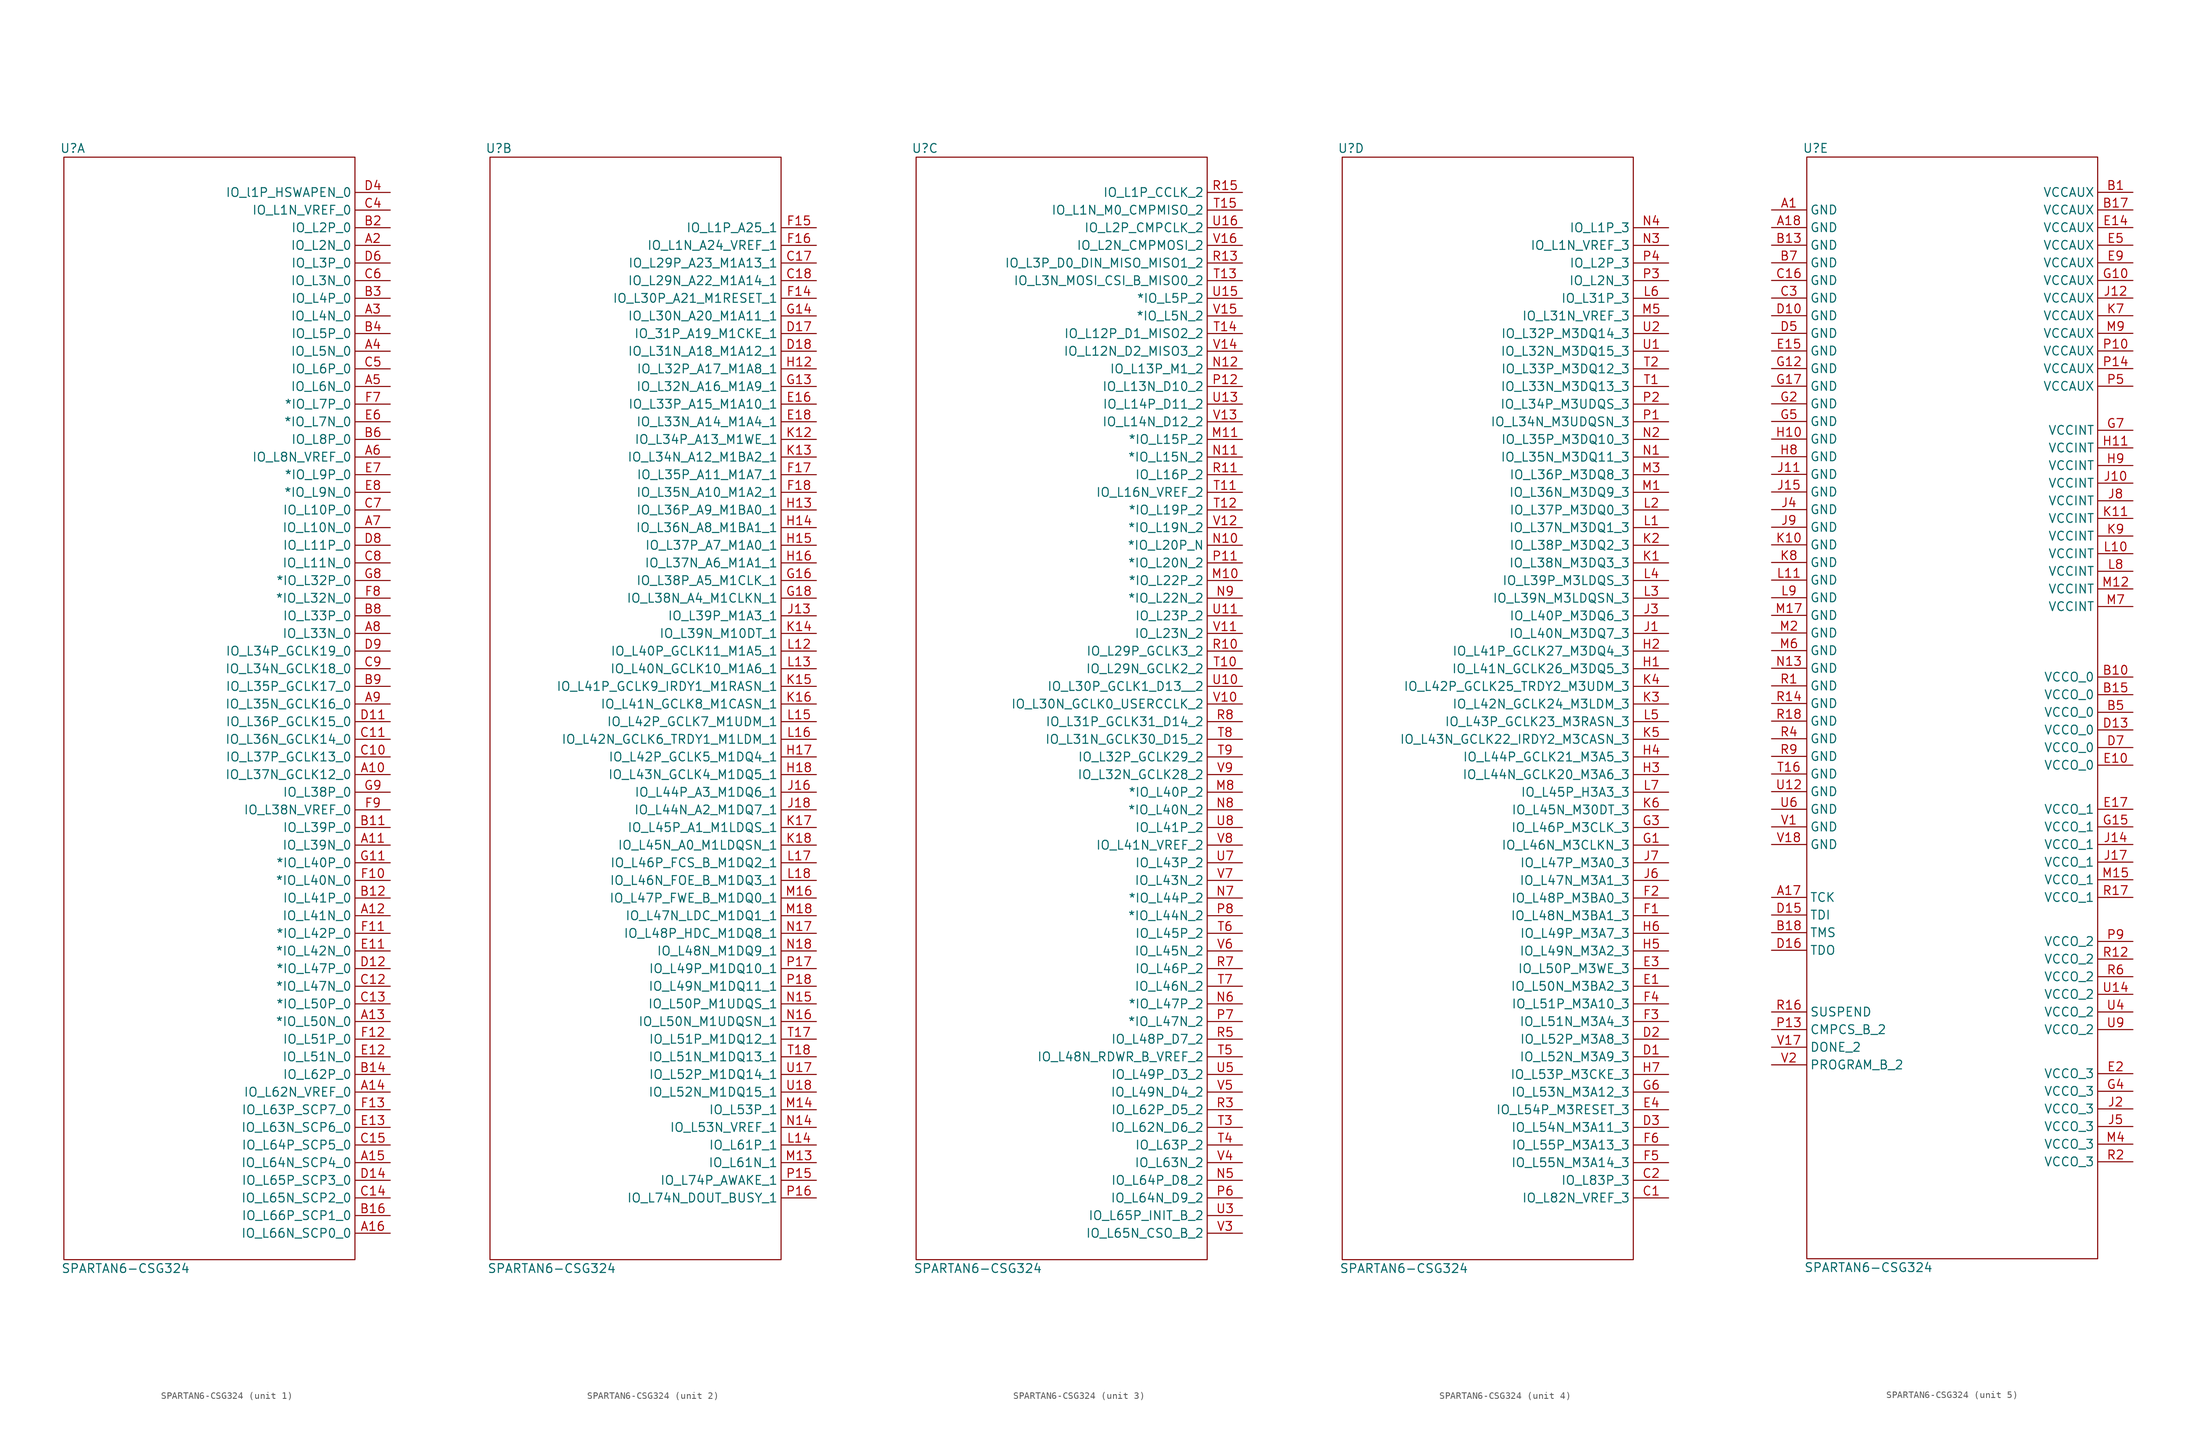
<source format=kicad_sym>
(kicad_symbol_lib
  (version 20211014)
  (generator kicad_symbol_editor)
  (symbol "SPARTAN6-CSG324"
    (property "Reference" "U"
      (at -20.32 80.01 0)
      (effects (font (size 1.27 1.27))))
    (property "Value" "SPARTAN6-CSG324"
      (at -12.7 -81.28 0)
      (effects (font (size 1.27 1.27))))
    (property "ki_locked" ""
      (at 0 0 0)
      (effects (font (size 1.27 1.27))))
    (symbol "SPARTAN6-CSG324_1_1"
      (rectangle (start 20.32 78.74) (end -21.59 -80.01) (stroke (width 0) (type default) (color 0 0 0 0)) (fill (type none)))
      (pin bidirectional line (at 25.4 -10.16 180) (length 5) (name "IO_L37N_GCLK12_0" (effects (font (size 1.27 1.27)))) (number "A10" (effects (font (size 1.27 1.27)))))
      (pin bidirectional line (at 25.4 -20.32 180) (length 5) (name "IO_L39N_0" (effects (font (size 1.27 1.27)))) (number "A11" (effects (font (size 1.27 1.27)))))
      (pin bidirectional line (at 25.4 -30.48 180) (length 5) (name "IO_L41N_0" (effects (font (size 1.27 1.27)))) (number "A12" (effects (font (size 1.27 1.27)))))
      (pin bidirectional line (at 25.4 -45.72 180) (length 5) (name "*IO_L50N_0" (effects (font (size 1.27 1.27)))) (number "A13" (effects (font (size 1.27 1.27)))))
      (pin bidirectional line (at 25.4 -55.88 180) (length 5) (name "IO_L62N_VREF_0" (effects (font (size 1.27 1.27)))) (number "A14" (effects (font (size 1.27 1.27)))))
      (pin bidirectional line (at 25.4 -66.04 180) (length 5) (name "IO_L64N_SCP4_0" (effects (font (size 1.27 1.27)))) (number "A15" (effects (font (size 1.27 1.27)))))
      (pin bidirectional line (at 25.4 -76.2 180) (length 5) (name "IO_L66N_SCP0_0" (effects (font (size 1.27 1.27)))) (number "A16" (effects (font (size 1.27 1.27)))))
      (pin bidirectional line (at 25.4 66.04 180) (length 5) (name "IO_L2N_0" (effects (font (size 1.27 1.27)))) (number "A2" (effects (font (size 1.27 1.27)))))
      (pin bidirectional line (at 25.4 55.88 180) (length 5) (name "IO_L4N_0" (effects (font (size 1.27 1.27)))) (number "A3" (effects (font (size 1.27 1.27)))))
      (pin bidirectional line (at 25.4 50.8 180) (length 5) (name "IO_L5N_0" (effects (font (size 1.27 1.27)))) (number "A4" (effects (font (size 1.27 1.27)))))
      (pin bidirectional line (at 25.4 45.72 180) (length 5) (name "IO_L6N_0" (effects (font (size 1.27 1.27)))) (number "A5" (effects (font (size 1.27 1.27)))))
      (pin bidirectional line (at 25.4 35.56 180) (length 5) (name "IO_L8N_VREF_0" (effects (font (size 1.27 1.27)))) (number "A6" (effects (font (size 1.27 1.27)))))
      (pin bidirectional line (at 25.4 25.4 180) (length 5) (name "IO_L10N_0" (effects (font (size 1.27 1.27)))) (number "A7" (effects (font (size 1.27 1.27)))))
      (pin bidirectional line (at 25.4 10.16 180) (length 5) (name "IO_L33N_0" (effects (font (size 1.27 1.27)))) (number "A8" (effects (font (size 1.27 1.27)))))
      (pin bidirectional line (at 25.4 0 180) (length 5) (name "IO_L35N_GCLK16_0" (effects (font (size 1.27 1.27)))) (number "A9" (effects (font (size 1.27 1.27)))))
      (pin bidirectional line (at 25.4 -17.78 180) (length 5) (name "IO_L39P_0" (effects (font (size 1.27 1.27)))) (number "B11" (effects (font (size 1.27 1.27)))))
      (pin bidirectional line (at 25.4 -27.94 180) (length 5) (name "IO_L41P_0" (effects (font (size 1.27 1.27)))) (number "B12" (effects (font (size 1.27 1.27)))))
      (pin bidirectional line (at 25.4 -53.34 180) (length 5) (name "IO_L62P_0" (effects (font (size 1.27 1.27)))) (number "B14" (effects (font (size 1.27 1.27)))))
      (pin bidirectional line (at 25.4 -73.66 180) (length 5) (name "IO_L66P_SCP1_0" (effects (font (size 1.27 1.27)))) (number "B16" (effects (font (size 1.27 1.27)))))
      (pin bidirectional line (at 25.4 68.58 180) (length 5) (name "IO_L2P_0" (effects (font (size 1.27 1.27)))) (number "B2" (effects (font (size 1.27 1.27)))))
      (pin bidirectional line (at 25.4 58.42 180) (length 5) (name "IO_L4P_0" (effects (font (size 1.27 1.27)))) (number "B3" (effects (font (size 1.27 1.27)))))
      (pin bidirectional line (at 25.4 53.34 180) (length 5) (name "IO_L5P_0" (effects (font (size 1.27 1.27)))) (number "B4" (effects (font (size 1.27 1.27)))))
      (pin bidirectional line (at 25.4 38.1 180) (length 5) (name "IO_L8P_0" (effects (font (size 1.27 1.27)))) (number "B6" (effects (font (size 1.27 1.27)))))
      (pin bidirectional line (at 25.4 12.7 180) (length 5) (name "IO_L33P_0" (effects (font (size 1.27 1.27)))) (number "B8" (effects (font (size 1.27 1.27)))))
      (pin bidirectional line (at 25.4 2.54 180) (length 5) (name "IO_L35P_GCLK17_0" (effects (font (size 1.27 1.27)))) (number "B9" (effects (font (size 1.27 1.27)))))
      (pin bidirectional line (at 25.4 -7.62 180) (length 5) (name "IO_L37P_GCLK13_0" (effects (font (size 1.27 1.27)))) (number "C10" (effects (font (size 1.27 1.27)))))
      (pin bidirectional line (at 25.4 -5.08 180) (length 5) (name "IO_L36N_GCLK14_0" (effects (font (size 1.27 1.27)))) (number "C11" (effects (font (size 1.27 1.27)))))
      (pin bidirectional line (at 25.4 -40.64 180) (length 5) (name "*IO_L47N_0" (effects (font (size 1.27 1.27)))) (number "C12" (effects (font (size 1.27 1.27)))))
      (pin bidirectional line (at 25.4 -43.18 180) (length 5) (name "*IO_L50P_0" (effects (font (size 1.27 1.27)))) (number "C13" (effects (font (size 1.27 1.27)))))
      (pin bidirectional line (at 25.4 -71.12 180) (length 5) (name "IO_L65N_SCP2_0" (effects (font (size 1.27 1.27)))) (number "C14" (effects (font (size 1.27 1.27)))))
      (pin bidirectional line (at 25.4 -63.5 180) (length 5) (name "IO_L64P_SCP5_0" (effects (font (size 1.27 1.27)))) (number "C15" (effects (font (size 1.27 1.27)))))
      (pin bidirectional line (at 25.4 71.12 180) (length 5) (name "IO_L1N_VREF_0" (effects (font (size 1.27 1.27)))) (number "C4" (effects (font (size 1.27 1.27)))))
      (pin bidirectional line (at 25.4 48.26 180) (length 5) (name "IO_L6P_0" (effects (font (size 1.27 1.27)))) (number "C5" (effects (font (size 1.27 1.27)))))
      (pin bidirectional line (at 25.4 60.96 180) (length 5) (name "IO_L3N_0" (effects (font (size 1.27 1.27)))) (number "C6" (effects (font (size 1.27 1.27)))))
      (pin bidirectional line (at 25.4 27.94 180) (length 5) (name "IO_L10P_0" (effects (font (size 1.27 1.27)))) (number "C7" (effects (font (size 1.27 1.27)))))
      (pin bidirectional line (at 25.4 20.32 180) (length 5) (name "IO_L11N_0" (effects (font (size 1.27 1.27)))) (number "C8" (effects (font (size 1.27 1.27)))))
      (pin bidirectional line (at 25.4 5.08 180) (length 5) (name "IO_L34N_GCLK18_0" (effects (font (size 1.27 1.27)))) (number "C9" (effects (font (size 1.27 1.27)))))
      (pin bidirectional line (at 25.4 -2.54 180) (length 5) (name "IO_L36P_GCLK15_0" (effects (font (size 1.27 1.27)))) (number "D11" (effects (font (size 1.27 1.27)))))
      (pin bidirectional line (at 25.4 -38.1 180) (length 5) (name "*IO_L47P_0" (effects (font (size 1.27 1.27)))) (number "D12" (effects (font (size 1.27 1.27)))))
      (pin bidirectional line (at 25.4 -68.58 180) (length 5) (name "IO_L65P_SCP3_0" (effects (font (size 1.27 1.27)))) (number "D14" (effects (font (size 1.27 1.27)))))
      (pin bidirectional line (at 25.4 73.66 180) (length 5) (name "IO_l1P_HSWAPEN_0" (effects (font (size 1.27 1.27)))) (number "D4" (effects (font (size 1.27 1.27)))))
      (pin bidirectional line (at 25.4 63.5 180) (length 5) (name "IO_L3P_0" (effects (font (size 1.27 1.27)))) (number "D6" (effects (font (size 1.27 1.27)))))
      (pin bidirectional line (at 25.4 22.86 180) (length 5) (name "IO_L11P_0" (effects (font (size 1.27 1.27)))) (number "D8" (effects (font (size 1.27 1.27)))))
      (pin bidirectional line (at 25.4 7.62 180) (length 5) (name "IO_L34P_GCLK19_0" (effects (font (size 1.27 1.27)))) (number "D9" (effects (font (size 1.27 1.27)))))
      (pin bidirectional line (at 25.4 -35.56 180) (length 5) (name "*IO_L42N_0" (effects (font (size 1.27 1.27)))) (number "E11" (effects (font (size 1.27 1.27)))))
      (pin bidirectional line (at 25.4 -50.8 180) (length 5) (name "IO_L51N_0" (effects (font (size 1.27 1.27)))) (number "E12" (effects (font (size 1.27 1.27)))))
      (pin bidirectional line (at 25.4 -60.96 180) (length 5) (name "IO_L63N_SCP6_0" (effects (font (size 1.27 1.27)))) (number "E13" (effects (font (size 1.27 1.27)))))
      (pin bidirectional line (at 25.4 40.64 180) (length 5) (name "*IO_L7N_0" (effects (font (size 1.27 1.27)))) (number "E6" (effects (font (size 1.27 1.27)))))
      (pin bidirectional line (at 25.4 33.02 180) (length 5) (name "*IO_L9P_0" (effects (font (size 1.27 1.27)))) (number "E7" (effects (font (size 1.27 1.27)))))
      (pin bidirectional line (at 25.4 30.48 180) (length 5) (name "*IO_L9N_0" (effects (font (size 1.27 1.27)))) (number "E8" (effects (font (size 1.27 1.27)))))
      (pin bidirectional line (at 25.4 -25.4 180) (length 5) (name "*IO_L40N_0" (effects (font (size 1.27 1.27)))) (number "F10" (effects (font (size 1.27 1.27)))))
      (pin bidirectional line (at 25.4 -33.02 180) (length 5) (name "*IO_L42P_0" (effects (font (size 1.27 1.27)))) (number "F11" (effects (font (size 1.27 1.27)))))
      (pin bidirectional line (at 25.4 -48.26 180) (length 5) (name "IO_L51P_0" (effects (font (size 1.27 1.27)))) (number "F12" (effects (font (size 1.27 1.27)))))
      (pin bidirectional line (at 25.4 -58.42 180) (length 5) (name "IO_L63P_SCP7_0" (effects (font (size 1.27 1.27)))) (number "F13" (effects (font (size 1.27 1.27)))))
      (pin bidirectional line (at 25.4 43.18 180) (length 5) (name "*IO_L7P_0" (effects (font (size 1.27 1.27)))) (number "F7" (effects (font (size 1.27 1.27)))))
      (pin bidirectional line (at 25.4 15.24 180) (length 5) (name "*IO_L32N_0" (effects (font (size 1.27 1.27)))) (number "F8" (effects (font (size 1.27 1.27)))))
      (pin bidirectional line (at 25.4 -15.24 180) (length 5) (name "IO_L38N_VREF_0" (effects (font (size 1.27 1.27)))) (number "F9" (effects (font (size 1.27 1.27)))))
      (pin bidirectional line (at 25.4 -22.86 180) (length 5) (name "*IO_L40P_0" (effects (font (size 1.27 1.27)))) (number "G11" (effects (font (size 1.27 1.27)))))
      (pin bidirectional line (at 25.4 17.78 180) (length 5) (name "*IO_L32P_0" (effects (font (size 1.27 1.27)))) (number "G8" (effects (font (size 1.27 1.27)))))
      (pin bidirectional line (at 25.4 -12.7 180) (length 5) (name "IO_L38P_0" (effects (font (size 1.27 1.27)))) (number "G9" (effects (font (size 1.27 1.27))))))
    (symbol "SPARTAN6-CSG324_2_1"
      (rectangle (start 20.32 78.74) (end -21.59 -80.01) (stroke (width 0) (type default) (color 0 0 0 0)) (fill (type none)))
      (pin bidirectional line (at 25.4 63.5 180) (length 5) (name "IO_L29P_A23_M1A13_1" (effects (font (size 1.27 1.27)))) (number "C17" (effects (font (size 1.27 1.27)))))
      (pin bidirectional line (at 25.4 60.96 180) (length 5) (name "IO_L29N_A22_M1A14_1" (effects (font (size 1.27 1.27)))) (number "C18" (effects (font (size 1.27 1.27)))))
      (pin bidirectional line (at 25.4 53.34 180) (length 5) (name "IO_31P_A19_M1CKE_1" (effects (font (size 1.27 1.27)))) (number "D17" (effects (font (size 1.27 1.27)))))
      (pin bidirectional line (at 25.4 50.8 180) (length 5) (name "IO_L31N_A18_M1A12_1" (effects (font (size 1.27 1.27)))) (number "D18" (effects (font (size 1.27 1.27)))))
      (pin bidirectional line (at 25.4 43.18 180) (length 5) (name "IO_L33P_A15_M1A10_1" (effects (font (size 1.27 1.27)))) (number "E16" (effects (font (size 1.27 1.27)))))
      (pin bidirectional line (at 25.4 40.64 180) (length 5) (name "IO_L33N_A14_M1A4_1" (effects (font (size 1.27 1.27)))) (number "E18" (effects (font (size 1.27 1.27)))))
      (pin bidirectional line (at 25.4 58.42 180) (length 5) (name "IO_L30P_A21_M1RESET_1" (effects (font (size 1.27 1.27)))) (number "F14" (effects (font (size 1.27 1.27)))))
      (pin bidirectional line (at 25.4 68.58 180) (length 5) (name "IO_L1P_A25_1" (effects (font (size 1.27 1.27)))) (number "F15" (effects (font (size 1.27 1.27)))))
      (pin bidirectional line (at 25.4 66.04 180) (length 5) (name "IO_L1N_A24_VREF_1" (effects (font (size 1.27 1.27)))) (number "F16" (effects (font (size 1.27 1.27)))))
      (pin bidirectional line (at 25.4 33.02 180) (length 5) (name "IO_L35P_A11_M1A7_1" (effects (font (size 1.27 1.27)))) (number "F17" (effects (font (size 1.27 1.27)))))
      (pin bidirectional line (at 25.4 30.48 180) (length 5) (name "IO_L35N_A10_M1A2_1" (effects (font (size 1.27 1.27)))) (number "F18" (effects (font (size 1.27 1.27)))))
      (pin bidirectional line (at 25.4 45.72 180) (length 5) (name "IO_L32N_A16_M1A9_1" (effects (font (size 1.27 1.27)))) (number "G13" (effects (font (size 1.27 1.27)))))
      (pin bidirectional line (at 25.4 55.88 180) (length 5) (name "IO_L30N_A20_M1A11_1" (effects (font (size 1.27 1.27)))) (number "G14" (effects (font (size 1.27 1.27)))))
      (pin bidirectional line (at 25.4 17.78 180) (length 5) (name "IO_L38P_A5_M1CLK_1" (effects (font (size 1.27 1.27)))) (number "G16" (effects (font (size 1.27 1.27)))))
      (pin bidirectional line (at 25.4 15.24 180) (length 5) (name "IO_L38N_A4_M1CLKN_1" (effects (font (size 1.27 1.27)))) (number "G18" (effects (font (size 1.27 1.27)))))
      (pin bidirectional line (at 25.4 48.26 180) (length 5) (name "IO_L32P_A17_M1A8_1" (effects (font (size 1.27 1.27)))) (number "H12" (effects (font (size 1.27 1.27)))))
      (pin bidirectional line (at 25.4 27.94 180) (length 5) (name "IO_L36P_A9_M1BA0_1" (effects (font (size 1.27 1.27)))) (number "H13" (effects (font (size 1.27 1.27)))))
      (pin bidirectional line (at 25.4 25.4 180) (length 5) (name "IO_L36N_A8_M1BA1_1" (effects (font (size 1.27 1.27)))) (number "H14" (effects (font (size 1.27 1.27)))))
      (pin bidirectional line (at 25.4 22.86 180) (length 5) (name "IO_L37P_A7_M1A0_1" (effects (font (size 1.27 1.27)))) (number "H15" (effects (font (size 1.27 1.27)))))
      (pin bidirectional line (at 25.4 20.32 180) (length 5) (name "IO_L37N_A6_M1A1_1" (effects (font (size 1.27 1.27)))) (number "H16" (effects (font (size 1.27 1.27)))))
      (pin bidirectional line (at 25.4 -7.62 180) (length 5) (name "IO_L42P_GCLK5_M1DQ4_1" (effects (font (size 1.27 1.27)))) (number "H17" (effects (font (size 1.27 1.27)))))
      (pin bidirectional line (at 25.4 -10.16 180) (length 5) (name "IO_L43N_GCLK4_M1DQ5_1" (effects (font (size 1.27 1.27)))) (number "H18" (effects (font (size 1.27 1.27)))))
      (pin bidirectional line (at 25.4 12.7 180) (length 5) (name "IO_L39P_M1A3_1" (effects (font (size 1.27 1.27)))) (number "J13" (effects (font (size 1.27 1.27)))))
      (pin bidirectional line (at 25.4 -12.7 180) (length 5) (name "IO_L44P_A3_M1DQ6_1" (effects (font (size 1.27 1.27)))) (number "J16" (effects (font (size 1.27 1.27)))))
      (pin bidirectional line (at 25.4 -15.24 180) (length 5) (name "IO_L44N_A2_M1DQ7_1" (effects (font (size 1.27 1.27)))) (number "J18" (effects (font (size 1.27 1.27)))))
      (pin bidirectional line (at 25.4 38.1 180) (length 5) (name "IO_L34P_A13_M1WE_1" (effects (font (size 1.27 1.27)))) (number "K12" (effects (font (size 1.27 1.27)))))
      (pin bidirectional line (at 25.4 35.56 180) (length 5) (name "IO_L34N_A12_M1BA2_1" (effects (font (size 1.27 1.27)))) (number "K13" (effects (font (size 1.27 1.27)))))
      (pin bidirectional line (at 25.4 10.16 180) (length 5) (name "IO_L39N_M10DT_1" (effects (font (size 1.27 1.27)))) (number "K14" (effects (font (size 1.27 1.27)))))
      (pin bidirectional line (at 25.4 2.54 180) (length 5) (name "IO_L41P_GCLK9_IRDY1_M1RASN_1" (effects (font (size 1.27 1.27)))) (number "K15" (effects (font (size 1.27 1.27)))))
      (pin bidirectional line (at 25.4 0 180) (length 5) (name "IO_L41N_GCLK8_M1CASN_1" (effects (font (size 1.27 1.27)))) (number "K16" (effects (font (size 1.27 1.27)))))
      (pin bidirectional line (at 25.4 -17.78 180) (length 5) (name "IO_L45P_A1_M1LDQS_1" (effects (font (size 1.27 1.27)))) (number "K17" (effects (font (size 1.27 1.27)))))
      (pin bidirectional line (at 25.4 -20.32 180) (length 5) (name "IO_L45N_A0_M1LDQSN_1" (effects (font (size 1.27 1.27)))) (number "K18" (effects (font (size 1.27 1.27)))))
      (pin bidirectional line (at 25.4 7.62 180) (length 5) (name "IO_L40P_GCLK11_M1A5_1" (effects (font (size 1.27 1.27)))) (number "L12" (effects (font (size 1.27 1.27)))))
      (pin bidirectional line (at 25.4 5.08 180) (length 5) (name "IO_L40N_GCLK10_M1A6_1" (effects (font (size 1.27 1.27)))) (number "L13" (effects (font (size 1.27 1.27)))))
      (pin bidirectional line (at 25.4 -63.5 180) (length 5) (name "IO_L61P_1" (effects (font (size 1.27 1.27)))) (number "L14" (effects (font (size 1.27 1.27)))))
      (pin bidirectional line (at 25.4 -2.54 180) (length 5) (name "IO_L42P_GCLK7_M1UDM_1" (effects (font (size 1.27 1.27)))) (number "L15" (effects (font (size 1.27 1.27)))))
      (pin bidirectional line (at 25.4 -5.08 180) (length 5) (name "IO_L42N_GCLK6_TRDY1_M1LDM_1" (effects (font (size 1.27 1.27)))) (number "L16" (effects (font (size 1.27 1.27)))))
      (pin bidirectional line (at 25.4 -22.86 180) (length 5) (name "IO_L46P_FCS_B_M1DQ2_1" (effects (font (size 1.27 1.27)))) (number "L17" (effects (font (size 1.27 1.27)))))
      (pin bidirectional line (at 25.4 -25.4 180) (length 5) (name "IO_L46N_FOE_B_M1DQ3_1" (effects (font (size 1.27 1.27)))) (number "L18" (effects (font (size 1.27 1.27)))))
      (pin bidirectional line (at 25.4 -66.04 180) (length 5) (name "IO_L61N_1" (effects (font (size 1.27 1.27)))) (number "M13" (effects (font (size 1.27 1.27)))))
      (pin bidirectional line (at 25.4 -58.42 180) (length 5) (name "IO_L53P_1" (effects (font (size 1.27 1.27)))) (number "M14" (effects (font (size 1.27 1.27)))))
      (pin bidirectional line (at 25.4 -27.94 180) (length 5) (name "IO_L47P_FWE_B_M1DQ0_1" (effects (font (size 1.27 1.27)))) (number "M16" (effects (font (size 1.27 1.27)))))
      (pin bidirectional line (at 25.4 -30.48 180) (length 5) (name "IO_L47N_LDC_M1DQ1_1" (effects (font (size 1.27 1.27)))) (number "M18" (effects (font (size 1.27 1.27)))))
      (pin bidirectional line (at 25.4 -60.96 180) (length 5) (name "IO_L53N_VREF_1" (effects (font (size 1.27 1.27)))) (number "N14" (effects (font (size 1.27 1.27)))))
      (pin bidirectional line (at 25.4 -43.18 180) (length 5) (name "IO_L50P_M1UDQS_1" (effects (font (size 1.27 1.27)))) (number "N15" (effects (font (size 1.27 1.27)))))
      (pin bidirectional line (at 25.4 -45.72 180) (length 5) (name "IO_L50N_M1UDQSN_1" (effects (font (size 1.27 1.27)))) (number "N16" (effects (font (size 1.27 1.27)))))
      (pin bidirectional line (at 25.4 -33.02 180) (length 5) (name "IO_L48P_HDC_M1DQ8_1" (effects (font (size 1.27 1.27)))) (number "N17" (effects (font (size 1.27 1.27)))))
      (pin bidirectional line (at 25.4 -35.56 180) (length 5) (name "IO_L48N_M1DQ9_1" (effects (font (size 1.27 1.27)))) (number "N18" (effects (font (size 1.27 1.27)))))
      (pin bidirectional line (at 25.4 -68.58 180) (length 5) (name "IO_L74P_AWAKE_1" (effects (font (size 1.27 1.27)))) (number "P15" (effects (font (size 1.27 1.27)))))
      (pin bidirectional line (at 25.4 -71.12 180) (length 5) (name "IO_L74N_DOUT_BUSY_1" (effects (font (size 1.27 1.27)))) (number "P16" (effects (font (size 1.27 1.27)))))
      (pin bidirectional line (at 25.4 -38.1 180) (length 5) (name "IO_L49P_M1DQ10_1" (effects (font (size 1.27 1.27)))) (number "P17" (effects (font (size 1.27 1.27)))))
      (pin bidirectional line (at 25.4 -40.64 180) (length 5) (name "IO_L49N_M1DQ11_1" (effects (font (size 1.27 1.27)))) (number "P18" (effects (font (size 1.27 1.27)))))
      (pin bidirectional line (at 25.4 -48.26 180) (length 5) (name "IO_L51P_M1DQ12_1" (effects (font (size 1.27 1.27)))) (number "T17" (effects (font (size 1.27 1.27)))))
      (pin bidirectional line (at 25.4 -50.8 180) (length 5) (name "IO_L51N_M1DQ13_1" (effects (font (size 1.27 1.27)))) (number "T18" (effects (font (size 1.27 1.27)))))
      (pin bidirectional line (at 25.4 -53.34 180) (length 5) (name "IO_L52P_M1DQ14_1" (effects (font (size 1.27 1.27)))) (number "U17" (effects (font (size 1.27 1.27)))))
      (pin bidirectional line (at 25.4 -55.88 180) (length 5) (name "IO_L52N_M1DQ15_1" (effects (font (size 1.27 1.27)))) (number "U18" (effects (font (size 1.27 1.27))))))
    (symbol "SPARTAN6-CSG324_3_1"
      (rectangle (start 20.32 78.74) (end -21.59 -80.01) (stroke (width 0) (type default) (color 0 0 0 0)) (fill (type none)))
      (pin bidirectional line (at 25.4 17.78 180) (length 5) (name "*IO_L22P_2" (effects (font (size 1.27 1.27)))) (number "M10" (effects (font (size 1.27 1.27)))))
      (pin bidirectional line (at 25.4 38.1 180) (length 5) (name "*IO_L15P_2" (effects (font (size 1.27 1.27)))) (number "M11" (effects (font (size 1.27 1.27)))))
      (pin bidirectional line (at 25.4 -12.7 180) (length 5) (name "*IO_L40P_2" (effects (font (size 1.27 1.27)))) (number "M8" (effects (font (size 1.27 1.27)))))
      (pin bidirectional line (at 25.4 22.86 180) (length 5) (name "*IO_L20P_N" (effects (font (size 1.27 1.27)))) (number "N10" (effects (font (size 1.27 1.27)))))
      (pin bidirectional line (at 25.4 35.56 180) (length 5) (name "*IO_L15N_2" (effects (font (size 1.27 1.27)))) (number "N11" (effects (font (size 1.27 1.27)))))
      (pin bidirectional line (at 25.4 48.26 180) (length 5) (name "IO_L13P_M1_2" (effects (font (size 1.27 1.27)))) (number "N12" (effects (font (size 1.27 1.27)))))
      (pin bidirectional line (at 25.4 -68.58 180) (length 5) (name "IO_L64P_D8_2" (effects (font (size 1.27 1.27)))) (number "N5" (effects (font (size 1.27 1.27)))))
      (pin bidirectional line (at 25.4 -43.18 180) (length 5) (name "*IO_L47P_2" (effects (font (size 1.27 1.27)))) (number "N6" (effects (font (size 1.27 1.27)))))
      (pin bidirectional line (at 25.4 -27.94 180) (length 5) (name "*IO_L44P_2" (effects (font (size 1.27 1.27)))) (number "N7" (effects (font (size 1.27 1.27)))))
      (pin bidirectional line (at 25.4 -15.24 180) (length 5) (name "*IO_L40N_2" (effects (font (size 1.27 1.27)))) (number "N8" (effects (font (size 1.27 1.27)))))
      (pin bidirectional line (at 25.4 15.24 180) (length 5) (name "*IO_L22N_2" (effects (font (size 1.27 1.27)))) (number "N9" (effects (font (size 1.27 1.27)))))
      (pin bidirectional line (at 25.4 20.32 180) (length 5) (name "*IO_L20N_2" (effects (font (size 1.27 1.27)))) (number "P11" (effects (font (size 1.27 1.27)))))
      (pin bidirectional line (at 25.4 45.72 180) (length 5) (name "IO_L13N_D10_2" (effects (font (size 1.27 1.27)))) (number "P12" (effects (font (size 1.27 1.27)))))
      (pin bidirectional line (at 25.4 -71.12 180) (length 5) (name "IO_L64N_D9_2" (effects (font (size 1.27 1.27)))) (number "P6" (effects (font (size 1.27 1.27)))))
      (pin bidirectional line (at 25.4 -45.72 180) (length 5) (name "*IO_L47N_2" (effects (font (size 1.27 1.27)))) (number "P7" (effects (font (size 1.27 1.27)))))
      (pin bidirectional line (at 25.4 -30.48 180) (length 5) (name "*IO_L44N_2" (effects (font (size 1.27 1.27)))) (number "P8" (effects (font (size 1.27 1.27)))))
      (pin bidirectional line (at 25.4 7.62 180) (length 5) (name "IO_L29P_GCLK3_2" (effects (font (size 1.27 1.27)))) (number "R10" (effects (font (size 1.27 1.27)))))
      (pin bidirectional line (at 25.4 33.02 180) (length 5) (name "IO_L16P_2" (effects (font (size 1.27 1.27)))) (number "R11" (effects (font (size 1.27 1.27)))))
      (pin bidirectional line (at 25.4 63.5 180) (length 5) (name "IO_L3P_D0_DIN_MISO_MISO1_2" (effects (font (size 1.27 1.27)))) (number "R13" (effects (font (size 1.27 1.27)))))
      (pin bidirectional line (at 25.4 73.66 180) (length 5) (name "IO_L1P_CCLK_2" (effects (font (size 1.27 1.27)))) (number "R15" (effects (font (size 1.27 1.27)))))
      (pin bidirectional line (at 25.4 -58.42 180) (length 5) (name "IO_L62P_D5_2" (effects (font (size 1.27 1.27)))) (number "R3" (effects (font (size 1.27 1.27)))))
      (pin bidirectional line (at 25.4 -48.26 180) (length 5) (name "IO_L48P_D7_2" (effects (font (size 1.27 1.27)))) (number "R5" (effects (font (size 1.27 1.27)))))
      (pin bidirectional line (at 25.4 -38.1 180) (length 5) (name "IO_L46P_2" (effects (font (size 1.27 1.27)))) (number "R7" (effects (font (size 1.27 1.27)))))
      (pin bidirectional line (at 25.4 -2.54 180) (length 5) (name "IO_L31P_GCLK31_D14_2" (effects (font (size 1.27 1.27)))) (number "R8" (effects (font (size 1.27 1.27)))))
      (pin bidirectional line (at 25.4 5.08 180) (length 5) (name "IO_L29N_GCLK2_2" (effects (font (size 1.27 1.27)))) (number "T10" (effects (font (size 1.27 1.27)))))
      (pin bidirectional line (at 25.4 30.48 180) (length 5) (name "IO_L16N_VREF_2" (effects (font (size 1.27 1.27)))) (number "T11" (effects (font (size 1.27 1.27)))))
      (pin bidirectional line (at 25.4 27.94 180) (length 5) (name "*IO_L19P_2" (effects (font (size 1.27 1.27)))) (number "T12" (effects (font (size 1.27 1.27)))))
      (pin bidirectional line (at 25.4 60.96 180) (length 5) (name "IO_L3N_MOSI_CSI_B_MISO0_2" (effects (font (size 1.27 1.27)))) (number "T13" (effects (font (size 1.27 1.27)))))
      (pin bidirectional line (at 25.4 53.34 180) (length 5) (name "IO_L12P_D1_MISO2_2" (effects (font (size 1.27 1.27)))) (number "T14" (effects (font (size 1.27 1.27)))))
      (pin bidirectional line (at 25.4 71.12 180) (length 5) (name "IO_L1N_M0_CMPMISO_2" (effects (font (size 1.27 1.27)))) (number "T15" (effects (font (size 1.27 1.27)))))
      (pin bidirectional line (at 25.4 -60.96 180) (length 5) (name "IO_L62N_D6_2" (effects (font (size 1.27 1.27)))) (number "T3" (effects (font (size 1.27 1.27)))))
      (pin bidirectional line (at 25.4 -63.5 180) (length 5) (name "IO_L63P_2" (effects (font (size 1.27 1.27)))) (number "T4" (effects (font (size 1.27 1.27)))))
      (pin bidirectional line (at 25.4 -50.8 180) (length 5) (name "IO_L48N_RDWR_B_VREF_2" (effects (font (size 1.27 1.27)))) (number "T5" (effects (font (size 1.27 1.27)))))
      (pin bidirectional line (at 25.4 -33.02 180) (length 5) (name "IO_L45P_2" (effects (font (size 1.27 1.27)))) (number "T6" (effects (font (size 1.27 1.27)))))
      (pin bidirectional line (at 25.4 -40.64 180) (length 5) (name "IO_L46N_2" (effects (font (size 1.27 1.27)))) (number "T7" (effects (font (size 1.27 1.27)))))
      (pin bidirectional line (at 25.4 -5.08 180) (length 5) (name "IO_L31N_GCLK30_D15_2" (effects (font (size 1.27 1.27)))) (number "T8" (effects (font (size 1.27 1.27)))))
      (pin bidirectional line (at 25.4 -7.62 180) (length 5) (name "IO_L32P_GCLK29_2" (effects (font (size 1.27 1.27)))) (number "T9" (effects (font (size 1.27 1.27)))))
      (pin bidirectional line (at 25.4 2.54 180) (length 5) (name "IO_L30P_GCLK1_D13__2" (effects (font (size 1.27 1.27)))) (number "U10" (effects (font (size 1.27 1.27)))))
      (pin bidirectional line (at 25.4 12.7 180) (length 5) (name "IO_L23P_2" (effects (font (size 1.27 1.27)))) (number "U11" (effects (font (size 1.27 1.27)))))
      (pin bidirectional line (at 25.4 43.18 180) (length 5) (name "IO_L14P_D11_2" (effects (font (size 1.27 1.27)))) (number "U13" (effects (font (size 1.27 1.27)))))
      (pin bidirectional line (at 25.4 58.42 180) (length 5) (name "*IO_L5P_2" (effects (font (size 1.27 1.27)))) (number "U15" (effects (font (size 1.27 1.27)))))
      (pin bidirectional line (at 25.4 68.58 180) (length 5) (name "IO_L2P_CMPCLK_2" (effects (font (size 1.27 1.27)))) (number "U16" (effects (font (size 1.27 1.27)))))
      (pin bidirectional line (at 25.4 -73.66 180) (length 5) (name "IO_L65P_INIT_B_2" (effects (font (size 1.27 1.27)))) (number "U3" (effects (font (size 1.27 1.27)))))
      (pin bidirectional line (at 25.4 -53.34 180) (length 5) (name "IO_L49P_D3_2" (effects (font (size 1.27 1.27)))) (number "U5" (effects (font (size 1.27 1.27)))))
      (pin bidirectional line (at 25.4 -22.86 180) (length 5) (name "IO_L43P_2" (effects (font (size 1.27 1.27)))) (number "U7" (effects (font (size 1.27 1.27)))))
      (pin bidirectional line (at 25.4 -17.78 180) (length 5) (name "IO_L41P_2" (effects (font (size 1.27 1.27)))) (number "U8" (effects (font (size 1.27 1.27)))))
      (pin bidirectional line (at 25.4 0 180) (length 5) (name "IO_L30N_GCLK0_USERCCLK_2" (effects (font (size 1.27 1.27)))) (number "V10" (effects (font (size 1.27 1.27)))))
      (pin bidirectional line (at 25.4 10.16 180) (length 5) (name "IO_L23N_2" (effects (font (size 1.27 1.27)))) (number "V11" (effects (font (size 1.27 1.27)))))
      (pin bidirectional line (at 25.4 25.4 180) (length 5) (name "*IO_L19N_2" (effects (font (size 1.27 1.27)))) (number "V12" (effects (font (size 1.27 1.27)))))
      (pin bidirectional line (at 25.4 40.64 180) (length 5) (name "IO_L14N_D12_2" (effects (font (size 1.27 1.27)))) (number "V13" (effects (font (size 1.27 1.27)))))
      (pin bidirectional line (at 25.4 50.8 180) (length 5) (name "IO_L12N_D2_MISO3_2" (effects (font (size 1.27 1.27)))) (number "V14" (effects (font (size 1.27 1.27)))))
      (pin bidirectional line (at 25.4 55.88 180) (length 5) (name "*IO_L5N_2" (effects (font (size 1.27 1.27)))) (number "V15" (effects (font (size 1.27 1.27)))))
      (pin bidirectional line (at 25.4 66.04 180) (length 5) (name "IO_L2N_CMPMOSI_2" (effects (font (size 1.27 1.27)))) (number "V16" (effects (font (size 1.27 1.27)))))
      (pin bidirectional line (at 25.4 -76.2 180) (length 5) (name "IO_L65N_CSO_B_2" (effects (font (size 1.27 1.27)))) (number "V3" (effects (font (size 1.27 1.27)))))
      (pin bidirectional line (at 25.4 -66.04 180) (length 5) (name "IO_L63N_2" (effects (font (size 1.27 1.27)))) (number "V4" (effects (font (size 1.27 1.27)))))
      (pin bidirectional line (at 25.4 -55.88 180) (length 5) (name "IO_L49N_D4_2" (effects (font (size 1.27 1.27)))) (number "V5" (effects (font (size 1.27 1.27)))))
      (pin bidirectional line (at 25.4 -35.56 180) (length 5) (name "IO_L45N_2" (effects (font (size 1.27 1.27)))) (number "V6" (effects (font (size 1.27 1.27)))))
      (pin bidirectional line (at 25.4 -25.4 180) (length 5) (name "IO_L43N_2" (effects (font (size 1.27 1.27)))) (number "V7" (effects (font (size 1.27 1.27)))))
      (pin bidirectional line (at 25.4 -20.32 180) (length 5) (name "IO_L41N_VREF_2" (effects (font (size 1.27 1.27)))) (number "V8" (effects (font (size 1.27 1.27)))))
      (pin bidirectional line (at 25.4 -10.16 180) (length 5) (name "IO_L32N_GCLK28_2" (effects (font (size 1.27 1.27)))) (number "V9" (effects (font (size 1.27 1.27))))))
    (symbol "SPARTAN6-CSG324_4_1"
      (rectangle (start 20.32 78.74) (end -21.59 -80.01) (stroke (width 0) (type default) (color 0 0 0 0)) (fill (type none)))
      (pin bidirectional line (at 25.4 -71.12 180) (length 5) (name "IO_L82N_VREF_3" (effects (font (size 1.27 1.27)))) (number "C1" (effects (font (size 1.27 1.27)))))
      (pin bidirectional line (at 25.4 -68.58 180) (length 5) (name "IO_L83P_3" (effects (font (size 1.27 1.27)))) (number "C2" (effects (font (size 1.27 1.27)))))
      (pin bidirectional line (at 25.4 -50.8 180) (length 5) (name "IO_L52N_M3A9_3" (effects (font (size 1.27 1.27)))) (number "D1" (effects (font (size 1.27 1.27)))))
      (pin bidirectional line (at 25.4 -48.26 180) (length 5) (name "IO_L52P_M3A8_3" (effects (font (size 1.27 1.27)))) (number "D2" (effects (font (size 1.27 1.27)))))
      (pin bidirectional line (at 25.4 -60.96 180) (length 5) (name "IO_L54N_M3A11_3" (effects (font (size 1.27 1.27)))) (number "D3" (effects (font (size 1.27 1.27)))))
      (pin bidirectional line (at 25.4 -40.64 180) (length 5) (name "IO_L50N_M3BA2_3" (effects (font (size 1.27 1.27)))) (number "E1" (effects (font (size 1.27 1.27)))))
      (pin bidirectional line (at 25.4 -38.1 180) (length 5) (name "IO_L50P_M3WE_3" (effects (font (size 1.27 1.27)))) (number "E3" (effects (font (size 1.27 1.27)))))
      (pin bidirectional line (at 25.4 -58.42 180) (length 5) (name "IO_L54P_M3RESET_3" (effects (font (size 1.27 1.27)))) (number "E4" (effects (font (size 1.27 1.27)))))
      (pin bidirectional line (at 25.4 -30.48 180) (length 5) (name "IO_L48N_M3BA1_3" (effects (font (size 1.27 1.27)))) (number "F1" (effects (font (size 1.27 1.27)))))
      (pin bidirectional line (at 25.4 -27.94 180) (length 5) (name "IO_L48P_M3BA0_3" (effects (font (size 1.27 1.27)))) (number "F2" (effects (font (size 1.27 1.27)))))
      (pin bidirectional line (at 25.4 -45.72 180) (length 5) (name "IO_L51N_M3A4_3" (effects (font (size 1.27 1.27)))) (number "F3" (effects (font (size 1.27 1.27)))))
      (pin bidirectional line (at 25.4 -43.18 180) (length 5) (name "IO_L51P_M3A10_3" (effects (font (size 1.27 1.27)))) (number "F4" (effects (font (size 1.27 1.27)))))
      (pin bidirectional line (at 25.4 -66.04 180) (length 5) (name "IO_L55N_M3A14_3" (effects (font (size 1.27 1.27)))) (number "F5" (effects (font (size 1.27 1.27)))))
      (pin bidirectional line (at 25.4 -63.5 180) (length 5) (name "IO_L55P_M3A13_3" (effects (font (size 1.27 1.27)))) (number "F6" (effects (font (size 1.27 1.27)))))
      (pin bidirectional line (at 25.4 -20.32 180) (length 5) (name "IO_L46N_M3CLKN_3" (effects (font (size 1.27 1.27)))) (number "G1" (effects (font (size 1.27 1.27)))))
      (pin bidirectional line (at 25.4 -17.78 180) (length 5) (name "IO_L46P_M3CLK_3" (effects (font (size 1.27 1.27)))) (number "G3" (effects (font (size 1.27 1.27)))))
      (pin bidirectional line (at 25.4 -55.88 180) (length 5) (name "IO_L53N_M3A12_3" (effects (font (size 1.27 1.27)))) (number "G6" (effects (font (size 1.27 1.27)))))
      (pin bidirectional line (at 25.4 5.08 180) (length 5) (name "IO_L41N_GCLK26_M3DQ5_3" (effects (font (size 1.27 1.27)))) (number "H1" (effects (font (size 1.27 1.27)))))
      (pin bidirectional line (at 25.4 7.62 180) (length 5) (name "IO_L41P_GCLK27_M3DQ4_3" (effects (font (size 1.27 1.27)))) (number "H2" (effects (font (size 1.27 1.27)))))
      (pin bidirectional line (at 25.4 -10.16 180) (length 5) (name "IO_L44N_GCLK20_M3A6_3" (effects (font (size 1.27 1.27)))) (number "H3" (effects (font (size 1.27 1.27)))))
      (pin bidirectional line (at 25.4 -7.62 180) (length 5) (name "IO_L44P_GCLK21_M3A5_3" (effects (font (size 1.27 1.27)))) (number "H4" (effects (font (size 1.27 1.27)))))
      (pin bidirectional line (at 25.4 -35.56 180) (length 5) (name "IO_L49N_M3A2_3" (effects (font (size 1.27 1.27)))) (number "H5" (effects (font (size 1.27 1.27)))))
      (pin bidirectional line (at 25.4 -33.02 180) (length 5) (name "IO_L49P_M3A7_3" (effects (font (size 1.27 1.27)))) (number "H6" (effects (font (size 1.27 1.27)))))
      (pin bidirectional line (at 25.4 -53.34 180) (length 5) (name "IO_L53P_M3CKE_3" (effects (font (size 1.27 1.27)))) (number "H7" (effects (font (size 1.27 1.27)))))
      (pin bidirectional line (at 25.4 10.16 180) (length 5) (name "IO_L40N_M3DQ7_3" (effects (font (size 1.27 1.27)))) (number "J1" (effects (font (size 1.27 1.27)))))
      (pin bidirectional line (at 25.4 12.7 180) (length 5) (name "IO_L40P_M3DQ6_3" (effects (font (size 1.27 1.27)))) (number "J3" (effects (font (size 1.27 1.27)))))
      (pin bidirectional line (at 25.4 -25.4 180) (length 5) (name "IO_L47N_M3A1_3" (effects (font (size 1.27 1.27)))) (number "J6" (effects (font (size 1.27 1.27)))))
      (pin bidirectional line (at 25.4 -22.86 180) (length 5) (name "IO_L47P_M3A0_3" (effects (font (size 1.27 1.27)))) (number "J7" (effects (font (size 1.27 1.27)))))
      (pin bidirectional line (at 25.4 20.32 180) (length 5) (name "IO_L38N_M3DQ3_3" (effects (font (size 1.27 1.27)))) (number "K1" (effects (font (size 1.27 1.27)))))
      (pin bidirectional line (at 25.4 22.86 180) (length 5) (name "IO_L38P_M3DQ2_3" (effects (font (size 1.27 1.27)))) (number "K2" (effects (font (size 1.27 1.27)))))
      (pin bidirectional line (at 25.4 0 180) (length 5) (name "IO_L42N_GCLK24_M3LDM_3" (effects (font (size 1.27 1.27)))) (number "K3" (effects (font (size 1.27 1.27)))))
      (pin bidirectional line (at 25.4 2.54 180) (length 5) (name "IO_L42P_GCLK25_TRDY2_M3UDM_3" (effects (font (size 1.27 1.27)))) (number "K4" (effects (font (size 1.27 1.27)))))
      (pin bidirectional line (at 25.4 -5.08 180) (length 5) (name "IO_L43N_GCLK22_IRDY2_M3CASN_3" (effects (font (size 1.27 1.27)))) (number "K5" (effects (font (size 1.27 1.27)))))
      (pin bidirectional line (at 25.4 -15.24 180) (length 5) (name "IO_L45N_M30DT_3" (effects (font (size 1.27 1.27)))) (number "K6" (effects (font (size 1.27 1.27)))))
      (pin bidirectional line (at 25.4 25.4 180) (length 5) (name "IO_L37N_M3DQ1_3" (effects (font (size 1.27 1.27)))) (number "L1" (effects (font (size 1.27 1.27)))))
      (pin bidirectional line (at 25.4 27.94 180) (length 5) (name "IO_L37P_M3DQ0_3" (effects (font (size 1.27 1.27)))) (number "L2" (effects (font (size 1.27 1.27)))))
      (pin bidirectional line (at 25.4 15.24 180) (length 5) (name "IO_L39N_M3LDQSN_3" (effects (font (size 1.27 1.27)))) (number "L3" (effects (font (size 1.27 1.27)))))
      (pin bidirectional line (at 25.4 17.78 180) (length 5) (name "IO_L39P_M3LDQS_3" (effects (font (size 1.27 1.27)))) (number "L4" (effects (font (size 1.27 1.27)))))
      (pin bidirectional line (at 25.4 -2.54 180) (length 5) (name "IO_L43P_GCLK23_M3RASN_3" (effects (font (size 1.27 1.27)))) (number "L5" (effects (font (size 1.27 1.27)))))
      (pin bidirectional line (at 25.4 58.42 180) (length 5) (name "IO_L31P_3" (effects (font (size 1.27 1.27)))) (number "L6" (effects (font (size 1.27 1.27)))))
      (pin bidirectional line (at 25.4 -12.7 180) (length 5) (name "IO_L45P_H3A3_3" (effects (font (size 1.27 1.27)))) (number "L7" (effects (font (size 1.27 1.27)))))
      (pin bidirectional line (at 25.4 30.48 180) (length 5) (name "IO_L36N_M3DQ9_3" (effects (font (size 1.27 1.27)))) (number "M1" (effects (font (size 1.27 1.27)))))
      (pin bidirectional line (at 25.4 33.02 180) (length 5) (name "IO_L36P_M3DQ8_3" (effects (font (size 1.27 1.27)))) (number "M3" (effects (font (size 1.27 1.27)))))
      (pin bidirectional line (at 25.4 55.88 180) (length 5) (name "IO_L31N_VREF_3" (effects (font (size 1.27 1.27)))) (number "M5" (effects (font (size 1.27 1.27)))))
      (pin bidirectional line (at 25.4 35.56 180) (length 5) (name "IO_L35N_M3DQ11_3" (effects (font (size 1.27 1.27)))) (number "N1" (effects (font (size 1.27 1.27)))))
      (pin bidirectional line (at 25.4 38.1 180) (length 5) (name "IO_L35P_M3DQ10_3" (effects (font (size 1.27 1.27)))) (number "N2" (effects (font (size 1.27 1.27)))))
      (pin bidirectional line (at 25.4 66.04 180) (length 5) (name "IO_L1N_VREF_3" (effects (font (size 1.27 1.27)))) (number "N3" (effects (font (size 1.27 1.27)))))
      (pin bidirectional line (at 25.4 68.58 180) (length 5) (name "IO_L1P_3" (effects (font (size 1.27 1.27)))) (number "N4" (effects (font (size 1.27 1.27)))))
      (pin bidirectional line (at 25.4 40.64 180) (length 5) (name "IO_L34N_M3UDQSN_3" (effects (font (size 1.27 1.27)))) (number "P1" (effects (font (size 1.27 1.27)))))
      (pin bidirectional line (at 25.4 43.18 180) (length 5) (name "IO_L34P_M3UDQS_3" (effects (font (size 1.27 1.27)))) (number "P2" (effects (font (size 1.27 1.27)))))
      (pin bidirectional line (at 25.4 60.96 180) (length 5) (name "IO_L2N_3" (effects (font (size 1.27 1.27)))) (number "P3" (effects (font (size 1.27 1.27)))))
      (pin bidirectional line (at 25.4 63.5 180) (length 5) (name "IO_L2P_3" (effects (font (size 1.27 1.27)))) (number "P4" (effects (font (size 1.27 1.27)))))
      (pin bidirectional line (at 25.4 45.72 180) (length 5) (name "IO_L33N_M3DQ13_3" (effects (font (size 1.27 1.27)))) (number "T1" (effects (font (size 1.27 1.27)))))
      (pin bidirectional line (at 25.4 48.26 180) (length 5) (name "IO_L33P_M3DQ12_3" (effects (font (size 1.27 1.27)))) (number "T2" (effects (font (size 1.27 1.27)))))
      (pin bidirectional line (at 25.4 50.8 180) (length 5) (name "IO_L32N_M3DQ15_3" (effects (font (size 1.27 1.27)))) (number "U1" (effects (font (size 1.27 1.27)))))
      (pin bidirectional line (at 25.4 53.34 180) (length 5) (name "IO_L32P_M3DQ14_3" (effects (font (size 1.27 1.27)))) (number "U2" (effects (font (size 1.27 1.27))))))
    (symbol "SPARTAN6-CSG324_5_1"
      (rectangle (start 20.32 78.74) (end -21.59 -80.01) (stroke (width 0) (type default) (color 0 0 0 0)) (fill (type none)))
      (pin passive line (at -26.67 71.12 0) (length 5) (name "GND" (effects (font (size 1.27 1.27)))) (number "A1" (effects (font (size 1.27 1.27)))))
      (pin input line (at -26.67 -27.94 0) (length 5) (name "TCK" (effects (font (size 1.27 1.27)))) (number "A17" (effects (font (size 1.27 1.27)))))
      (pin passive line (at -26.67 68.58 0) (length 5) (name "GND" (effects (font (size 1.27 1.27)))) (number "A18" (effects (font (size 1.27 1.27)))))
      (pin passive line (at 25.4 73.66 180) (length 5) (name "VCCAUX" (effects (font (size 1.27 1.27)))) (number "B1" (effects (font (size 1.27 1.27)))))
      (pin passive line (at 25.4 3.81 180) (length 5) (name "VCCO_0" (effects (font (size 1.27 1.27)))) (number "B10" (effects (font (size 1.27 1.27)))))
      (pin passive line (at -26.67 66.04 0) (length 5) (name "GND" (effects (font (size 1.27 1.27)))) (number "B13" (effects (font (size 1.27 1.27)))))
      (pin passive line (at 25.4 1.27 180) (length 5) (name "VCCO_0" (effects (font (size 1.27 1.27)))) (number "B15" (effects (font (size 1.27 1.27)))))
      (pin passive line (at 25.4 71.12 180) (length 5) (name "VCCAUX" (effects (font (size 1.27 1.27)))) (number "B17" (effects (font (size 1.27 1.27)))))
      (pin input line (at -26.67 -33.02 0) (length 5) (name "TMS" (effects (font (size 1.27 1.27)))) (number "B18" (effects (font (size 1.27 1.27)))))
      (pin passive line (at 25.4 -1.27 180) (length 5) (name "VCCO_0" (effects (font (size 1.27 1.27)))) (number "B5" (effects (font (size 1.27 1.27)))))
      (pin passive line (at -26.67 63.5 0) (length 5) (name "GND" (effects (font (size 1.27 1.27)))) (number "B7" (effects (font (size 1.27 1.27)))))
      (pin passive line (at -26.67 60.96 0) (length 5) (name "GND" (effects (font (size 1.27 1.27)))) (number "C16" (effects (font (size 1.27 1.27)))))
      (pin passive line (at -26.67 58.42 0) (length 5) (name "GND" (effects (font (size 1.27 1.27)))) (number "C3" (effects (font (size 1.27 1.27)))))
      (pin passive line (at -26.67 55.88 0) (length 5) (name "GND" (effects (font (size 1.27 1.27)))) (number "D10" (effects (font (size 1.27 1.27)))))
      (pin passive line (at 25.4 -3.81 180) (length 5) (name "VCCO_0" (effects (font (size 1.27 1.27)))) (number "D13" (effects (font (size 1.27 1.27)))))
      (pin input line (at -26.67 -30.48 0) (length 5) (name "TDI" (effects (font (size 1.27 1.27)))) (number "D15" (effects (font (size 1.27 1.27)))))
      (pin output line (at -26.67 -35.56 0) (length 5) (name "TDO" (effects (font (size 1.27 1.27)))) (number "D16" (effects (font (size 1.27 1.27)))))
      (pin passive line (at -26.67 53.34 0) (length 5) (name "GND" (effects (font (size 1.27 1.27)))) (number "D5" (effects (font (size 1.27 1.27)))))
      (pin passive line (at 25.4 -6.35 180) (length 5) (name "VCCO_0" (effects (font (size 1.27 1.27)))) (number "D7" (effects (font (size 1.27 1.27)))))
      (pin passive line (at 25.4 -8.89 180) (length 5) (name "VCCO_0" (effects (font (size 1.27 1.27)))) (number "E10" (effects (font (size 1.27 1.27)))))
      (pin passive line (at 25.4 68.58 180) (length 5) (name "VCCAUX" (effects (font (size 1.27 1.27)))) (number "E14" (effects (font (size 1.27 1.27)))))
      (pin passive line (at -26.67 50.8 0) (length 5) (name "GND" (effects (font (size 1.27 1.27)))) (number "E15" (effects (font (size 1.27 1.27)))))
      (pin passive line (at 25.4 -15.24 180) (length 5) (name "VCCO_1" (effects (font (size 1.27 1.27)))) (number "E17" (effects (font (size 1.27 1.27)))))
      (pin passive line (at 25.4 -53.34 180) (length 5) (name "VCCO_3" (effects (font (size 1.27 1.27)))) (number "E2" (effects (font (size 1.27 1.27)))))
      (pin passive line (at 25.4 66.04 180) (length 5) (name "VCCAUX" (effects (font (size 1.27 1.27)))) (number "E5" (effects (font (size 1.27 1.27)))))
      (pin passive line (at 25.4 63.5 180) (length 5) (name "VCCAUX" (effects (font (size 1.27 1.27)))) (number "E9" (effects (font (size 1.27 1.27)))))
      (pin passive line (at 25.4 60.96 180) (length 5) (name "VCCAUX" (effects (font (size 1.27 1.27)))) (number "G10" (effects (font (size 1.27 1.27)))))
      (pin passive line (at -26.67 48.26 0) (length 5) (name "GND" (effects (font (size 1.27 1.27)))) (number "G12" (effects (font (size 1.27 1.27)))))
      (pin passive line (at 25.4 -17.78 180) (length 5) (name "VCCO_1" (effects (font (size 1.27 1.27)))) (number "G15" (effects (font (size 1.27 1.27)))))
      (pin passive line (at -26.67 45.72 0) (length 5) (name "GND" (effects (font (size 1.27 1.27)))) (number "G17" (effects (font (size 1.27 1.27)))))
      (pin passive line (at -26.67 43.18 0) (length 5) (name "GND" (effects (font (size 1.27 1.27)))) (number "G2" (effects (font (size 1.27 1.27)))))
      (pin passive line (at 25.4 -55.88 180) (length 5) (name "VCCO_3" (effects (font (size 1.27 1.27)))) (number "G4" (effects (font (size 1.27 1.27)))))
      (pin passive line (at -26.67 40.64 0) (length 5) (name "GND" (effects (font (size 1.27 1.27)))) (number "G5" (effects (font (size 1.27 1.27)))))
      (pin passive line (at 25.4 39.37 180) (length 5) (name "VCCINT" (effects (font (size 1.27 1.27)))) (number "G7" (effects (font (size 1.27 1.27)))))
      (pin passive line (at -26.67 38.1 0) (length 5) (name "GND" (effects (font (size 1.27 1.27)))) (number "H10" (effects (font (size 1.27 1.27)))))
      (pin passive line (at 25.4 36.83 180) (length 5) (name "VCCINT" (effects (font (size 1.27 1.27)))) (number "H11" (effects (font (size 1.27 1.27)))))
      (pin passive line (at -26.67 35.56 0) (length 5) (name "GND" (effects (font (size 1.27 1.27)))) (number "H8" (effects (font (size 1.27 1.27)))))
      (pin passive line (at 25.4 34.29 180) (length 5) (name "VCCINT" (effects (font (size 1.27 1.27)))) (number "H9" (effects (font (size 1.27 1.27)))))
      (pin passive line (at 25.4 31.75 180) (length 5) (name "VCCINT" (effects (font (size 1.27 1.27)))) (number "J10" (effects (font (size 1.27 1.27)))))
      (pin passive line (at -26.67 33.02 0) (length 5) (name "GND" (effects (font (size 1.27 1.27)))) (number "J11" (effects (font (size 1.27 1.27)))))
      (pin passive line (at 25.4 58.42 180) (length 5) (name "VCCAUX" (effects (font (size 1.27 1.27)))) (number "J12" (effects (font (size 1.27 1.27)))))
      (pin passive line (at 25.4 -20.32 180) (length 5) (name "VCCO_1" (effects (font (size 1.27 1.27)))) (number "J14" (effects (font (size 1.27 1.27)))))
      (pin passive line (at -26.67 30.48 0) (length 5) (name "GND" (effects (font (size 1.27 1.27)))) (number "J15" (effects (font (size 1.27 1.27)))))
      (pin passive line (at 25.4 -22.86 180) (length 5) (name "VCCO_1" (effects (font (size 1.27 1.27)))) (number "J17" (effects (font (size 1.27 1.27)))))
      (pin passive line (at 25.4 -58.42 180) (length 5) (name "VCCO_3" (effects (font (size 1.27 1.27)))) (number "J2" (effects (font (size 1.27 1.27)))))
      (pin passive line (at -26.67 27.94 0) (length 5) (name "GND" (effects (font (size 1.27 1.27)))) (number "J4" (effects (font (size 1.27 1.27)))))
      (pin passive line (at 25.4 -60.96 180) (length 5) (name "VCCO_3" (effects (font (size 1.27 1.27)))) (number "J5" (effects (font (size 1.27 1.27)))))
      (pin passive line (at 25.4 29.21 180) (length 5) (name "VCCINT" (effects (font (size 1.27 1.27)))) (number "J8" (effects (font (size 1.27 1.27)))))
      (pin passive line (at -26.67 25.4 0) (length 5) (name "GND" (effects (font (size 1.27 1.27)))) (number "J9" (effects (font (size 1.27 1.27)))))
      (pin passive line (at -26.67 22.86 0) (length 5) (name "GND" (effects (font (size 1.27 1.27)))) (number "K10" (effects (font (size 1.27 1.27)))))
      (pin passive line (at 25.4 26.67 180) (length 5) (name "VCCINT" (effects (font (size 1.27 1.27)))) (number "K11" (effects (font (size 1.27 1.27)))))
      (pin passive line (at 25.4 55.88 180) (length 5) (name "VCCAUX" (effects (font (size 1.27 1.27)))) (number "K7" (effects (font (size 1.27 1.27)))))
      (pin passive line (at -26.67 20.32 0) (length 5) (name "GND" (effects (font (size 1.27 1.27)))) (number "K8" (effects (font (size 1.27 1.27)))))
      (pin passive line (at 25.4 24.13 180) (length 5) (name "VCCINT" (effects (font (size 1.27 1.27)))) (number "K9" (effects (font (size 1.27 1.27)))))
      (pin passive line (at 25.4 21.59 180) (length 5) (name "VCCINT" (effects (font (size 1.27 1.27)))) (number "L10" (effects (font (size 1.27 1.27)))))
      (pin passive line (at -26.67 17.78 0) (length 5) (name "GND" (effects (font (size 1.27 1.27)))) (number "L11" (effects (font (size 1.27 1.27)))))
      (pin passive line (at 25.4 19.05 180) (length 5) (name "VCCINT" (effects (font (size 1.27 1.27)))) (number "L8" (effects (font (size 1.27 1.27)))))
      (pin passive line (at -26.67 15.24 0) (length 5) (name "GND" (effects (font (size 1.27 1.27)))) (number "L9" (effects (font (size 1.27 1.27)))))
      (pin passive line (at 25.4 16.51 180) (length 5) (name "VCCINT" (effects (font (size 1.27 1.27)))) (number "M12" (effects (font (size 1.27 1.27)))))
      (pin passive line (at 25.4 -25.4 180) (length 5) (name "VCCO_1" (effects (font (size 1.27 1.27)))) (number "M15" (effects (font (size 1.27 1.27)))))
      (pin passive line (at -26.67 12.7 0) (length 5) (name "GND" (effects (font (size 1.27 1.27)))) (number "M17" (effects (font (size 1.27 1.27)))))
      (pin passive line (at -26.67 10.16 0) (length 5) (name "GND" (effects (font (size 1.27 1.27)))) (number "M2" (effects (font (size 1.27 1.27)))))
      (pin passive line (at 25.4 -63.5 180) (length 5) (name "VCCO_3" (effects (font (size 1.27 1.27)))) (number "M4" (effects (font (size 1.27 1.27)))))
      (pin passive line (at -26.67 7.62 0) (length 5) (name "GND" (effects (font (size 1.27 1.27)))) (number "M6" (effects (font (size 1.27 1.27)))))
      (pin passive line (at 25.4 13.97 180) (length 5) (name "VCCINT" (effects (font (size 1.27 1.27)))) (number "M7" (effects (font (size 1.27 1.27)))))
      (pin passive line (at 25.4 53.34 180) (length 5) (name "VCCAUX" (effects (font (size 1.27 1.27)))) (number "M9" (effects (font (size 1.27 1.27)))))
      (pin passive line (at -26.67 5.08 0) (length 5) (name "GND" (effects (font (size 1.27 1.27)))) (number "N13" (effects (font (size 1.27 1.27)))))
      (pin passive line (at 25.4 50.8 180) (length 5) (name "VCCAUX" (effects (font (size 1.27 1.27)))) (number "P10" (effects (font (size 1.27 1.27)))))
      (pin bidirectional line (at -26.67 -46.99 0) (length 5) (name "CMPCS_B_2" (effects (font (size 1.27 1.27)))) (number "P13" (effects (font (size 1.27 1.27)))))
      (pin passive line (at 25.4 48.26 180) (length 5) (name "VCCAUX" (effects (font (size 1.27 1.27)))) (number "P14" (effects (font (size 1.27 1.27)))))
      (pin passive line (at 25.4 45.72 180) (length 5) (name "VCCAUX" (effects (font (size 1.27 1.27)))) (number "P5" (effects (font (size 1.27 1.27)))))
      (pin passive line (at 25.4 -34.29 180) (length 5) (name "VCCO_2" (effects (font (size 1.27 1.27)))) (number "P9" (effects (font (size 1.27 1.27)))))
      (pin passive line (at -26.67 2.54 0) (length 5) (name "GND" (effects (font (size 1.27 1.27)))) (number "R1" (effects (font (size 1.27 1.27)))))
      (pin passive line (at 25.4 -36.83 180) (length 5) (name "VCCO_2" (effects (font (size 1.27 1.27)))) (number "R12" (effects (font (size 1.27 1.27)))))
      (pin passive line (at -26.67 0 0) (length 5) (name "GND" (effects (font (size 1.27 1.27)))) (number "R14" (effects (font (size 1.27 1.27)))))
      (pin input line (at -26.67 -44.45 0) (length 5) (name "SUSPEND" (effects (font (size 1.27 1.27)))) (number "R16" (effects (font (size 1.27 1.27)))))
      (pin passive line (at 25.4 -27.94 180) (length 5) (name "VCCO_1" (effects (font (size 1.27 1.27)))) (number "R17" (effects (font (size 1.27 1.27)))))
      (pin passive line (at -26.67 -2.54 0) (length 5) (name "GND" (effects (font (size 1.27 1.27)))) (number "R18" (effects (font (size 1.27 1.27)))))
      (pin passive line (at 25.4 -66.04 180) (length 5) (name "VCCO_3" (effects (font (size 1.27 1.27)))) (number "R2" (effects (font (size 1.27 1.27)))))
      (pin passive line (at -26.67 -5.08 0) (length 5) (name "GND" (effects (font (size 1.27 1.27)))) (number "R4" (effects (font (size 1.27 1.27)))))
      (pin passive line (at 25.4 -39.37 180) (length 5) (name "VCCO_2" (effects (font (size 1.27 1.27)))) (number "R6" (effects (font (size 1.27 1.27)))))
      (pin passive line (at -26.67 -7.62 0) (length 5) (name "GND" (effects (font (size 1.27 1.27)))) (number "R9" (effects (font (size 1.27 1.27)))))
      (pin passive line (at -26.67 -10.16 0) (length 5) (name "GND" (effects (font (size 1.27 1.27)))) (number "T16" (effects (font (size 1.27 1.27)))))
      (pin passive line (at -26.67 -12.7 0) (length 5) (name "GND" (effects (font (size 1.27 1.27)))) (number "U12" (effects (font (size 1.27 1.27)))))
      (pin passive line (at 25.4 -41.91 180) (length 5) (name "VCCO_2" (effects (font (size 1.27 1.27)))) (number "U14" (effects (font (size 1.27 1.27)))))
      (pin passive line (at 25.4 -44.45 180) (length 5) (name "VCCO_2" (effects (font (size 1.27 1.27)))) (number "U4" (effects (font (size 1.27 1.27)))))
      (pin passive line (at -26.67 -15.24 0) (length 5) (name "GND" (effects (font (size 1.27 1.27)))) (number "U6" (effects (font (size 1.27 1.27)))))
      (pin passive line (at 25.4 -46.99 180) (length 5) (name "VCCO_2" (effects (font (size 1.27 1.27)))) (number "U9" (effects (font (size 1.27 1.27)))))
      (pin passive line (at -26.67 -17.78 0) (length 5) (name "GND" (effects (font (size 1.27 1.27)))) (number "V1" (effects (font (size 1.27 1.27)))))
      (pin passive line (at -26.67 -49.53 0) (length 5) (name "DONE_2" (effects (font (size 1.27 1.27)))) (number "V17" (effects (font (size 1.27 1.27)))))
      (pin passive line (at -26.67 -20.32 0) (length 5) (name "GND" (effects (font (size 1.27 1.27)))) (number "V18" (effects (font (size 1.27 1.27)))))
      (pin passive line (at -26.67 -52.07 0) (length 5) (name "PROGRAM_B_2" (effects (font (size 1.27 1.27)))) (number "V2" (effects (font (size 1.27 1.27))))))))
</source>
